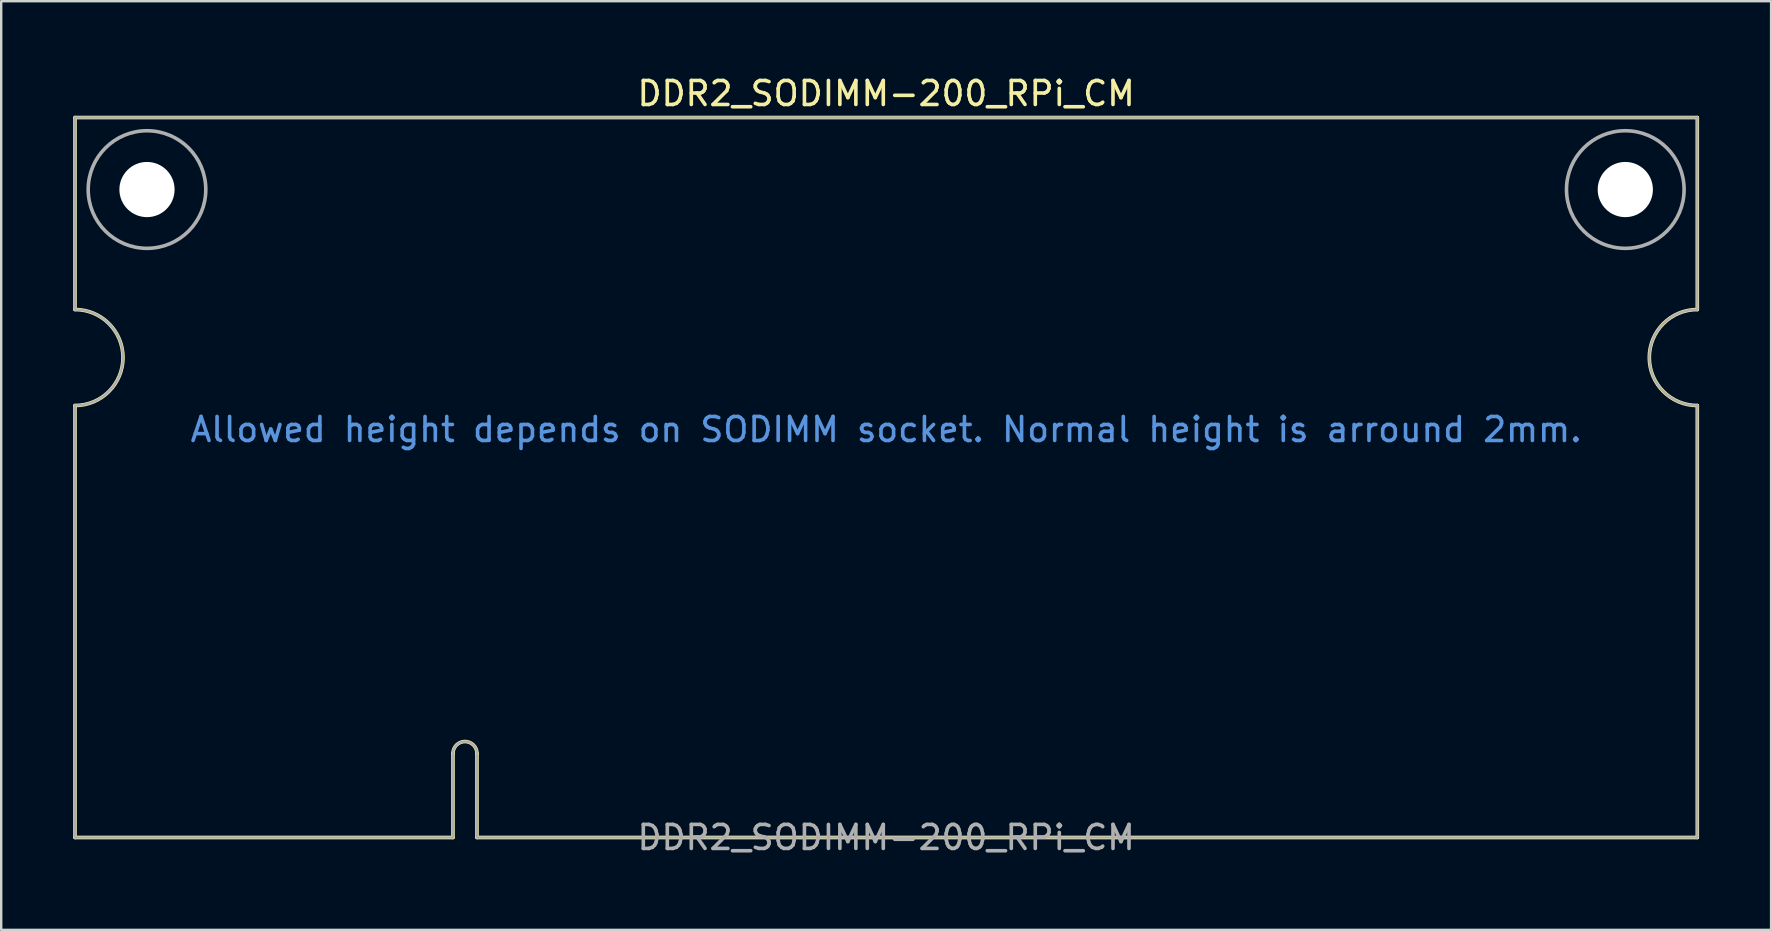
<source format=kicad_pcb>
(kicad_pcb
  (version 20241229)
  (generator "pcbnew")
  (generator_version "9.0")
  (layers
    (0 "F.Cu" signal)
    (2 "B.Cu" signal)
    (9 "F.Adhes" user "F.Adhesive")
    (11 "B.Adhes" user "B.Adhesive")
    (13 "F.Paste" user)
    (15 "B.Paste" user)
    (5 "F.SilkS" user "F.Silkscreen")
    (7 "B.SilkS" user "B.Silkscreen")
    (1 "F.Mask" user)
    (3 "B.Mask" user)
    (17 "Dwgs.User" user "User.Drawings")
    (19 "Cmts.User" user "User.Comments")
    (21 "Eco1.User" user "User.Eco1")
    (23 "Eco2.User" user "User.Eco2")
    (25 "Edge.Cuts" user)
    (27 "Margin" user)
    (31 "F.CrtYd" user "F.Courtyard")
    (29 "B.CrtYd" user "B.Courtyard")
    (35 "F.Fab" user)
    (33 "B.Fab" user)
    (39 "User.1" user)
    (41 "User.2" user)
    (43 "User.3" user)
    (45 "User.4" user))
  (footprint "DDR2_SODIMM-200_RPi_CM"
    (layer "F.Cu")
    (at 33.875 31.848)
    (property "Reference" "DDR2_SODIMM-200_RPi_CM" (at 0 -31 0) (layer "F.SilkS") (effects (font (size 1 1) (thickness 0.15))))
    (attr through_hole)
    (fp_line (start -33.8 -30) (end 33.8 -30) (stroke (width 0.15) (type solid)) (layer "F.SilkS"))
    (fp_line (start -33.8 -22) (end -33.8 -30) (stroke (width 0.15) (type solid)) (layer "F.SilkS"))
    (fp_line (start -33.8 0) (end -33.8 -18) (stroke (width 0.15) (type solid)) (layer "F.SilkS"))
    (fp_line (start -18.05 0) (end -33.8 0) (stroke (width 0.15) (type solid)) (layer "F.SilkS"))
    (fp_line (start -18.05 0) (end -18.05 -3.5) (stroke (width 0.15) (type solid)) (layer "F.SilkS"))
    (fp_line (start -17.05 -3.5) (end -17.05 0) (stroke (width 0.15) (type solid)) (layer "F.SilkS"))
    (fp_line (start 33.8 -22) (end 33.8 -30) (stroke (width 0.15) (type solid)) (layer "F.SilkS"))
    (fp_line (start 33.8 0) (end -17.05 0) (stroke (width 0.15) (type solid)) (layer "F.SilkS"))
    (fp_line (start 33.8 0) (end 33.8 -18) (stroke (width 0.15) (type solid)) (layer "F.SilkS"))
    (fp_arc (start -33.8 -22) (mid -31.8 -20) (end -33.8 -18) (stroke (width 0.15) (type solid)) (layer "F.SilkS"))
    (fp_arc (start -18.05 -3.5) (mid -17.55 -4) (end -17.05 -3.5) (stroke (width 0.15) (type solid)) (layer "F.SilkS"))
    (fp_arc (start 33.8 -18) (mid 31.8 -20) (end 33.8 -22) (stroke (width 0.15) (type solid)) (layer "F.SilkS"))
    (fp_line (start -33.8 -30) (end 33.8 -30) (stroke (width 0.1) (type solid)) (layer "F.Fab"))
    (fp_line (start -33.8 -22) (end -33.8 -30) (stroke (width 0.1) (type solid)) (layer "F.Fab"))
    (fp_line (start -33.8 0) (end -33.8 -18) (stroke (width 0.1) (type solid)) (layer "F.Fab"))
    (fp_line (start -18.05 0) (end -33.8 0) (stroke (width 0.1) (type solid)) (layer "F.Fab"))
    (fp_line (start -18.05 0) (end -18.05 -3.5) (stroke (width 0.1) (type solid)) (layer "F.Fab"))
    (fp_line (start -17.05 -3.5) (end -17.05 0) (stroke (width 0.1) (type solid)) (layer "F.Fab"))
    (fp_line (start 33.8 -22) (end 33.8 -30) (stroke (width 0.1) (type solid)) (layer "F.Fab"))
    (fp_line (start 33.8 0) (end -17.05 0) (stroke (width 0.1) (type solid)) (layer "F.Fab"))
    (fp_line (start 33.8 0) (end 33.8 -18) (stroke (width 0.1) (type solid)) (layer "F.Fab"))
    (fp_arc (start -33.8 -22) (mid -31.8 -20) (end -33.8 -18) (stroke (width 0.1) (type solid)) (layer "F.Fab"))
    (fp_arc (start -18.05 -3.5) (mid -17.55 -4) (end -17.05 -3.5) (stroke (width 0.1) (type solid)) (layer "F.Fab"))
    (fp_arc (start 33.8 -18) (mid 31.8 -20) (end 33.8 -22) (stroke (width 0.1) (type solid)) (layer "F.Fab"))
    (fp_circle (center -30.8 -27) (end -33.25 -27) (stroke (width 0.15) (type solid)) (fill no) (layer "F.Fab"))
    (fp_circle (center 30.8 -27) (end 28.35 -27) (stroke (width 0.15) (type solid)) (fill no) (layer "F.Fab"))
    (fp_text user "Allowed height depends on SODIMM socket. Normal height is arround 2mm." (at 0 -17 0) (layer "Cmts.User") (effects (font (size 1 1) (thickness 0.15))))
    (fp_text user "${REFERENCE}" (at 0 0 0) (layer "F.Fab") (effects (font (size 1 1) (thickness 0.15))))
    (pad "" np_thru_hole circle (at -30.8 -27) (size 2.3 2.3) (drill 2.3) (layers "*.Cu" "*.Mask"))
    (pad "" np_thru_hole circle (at 30.8 -27) (size 2.3 2.3) (drill 2.3) (layers "*.Cu" "*.Mask")))
  (gr_rect
    (start -3 -3)
    (end 70.75 35.697)
    (stroke (width 0.1) (type default))
    (fill no)
    (layer "Edge.Cuts")))
</source>
